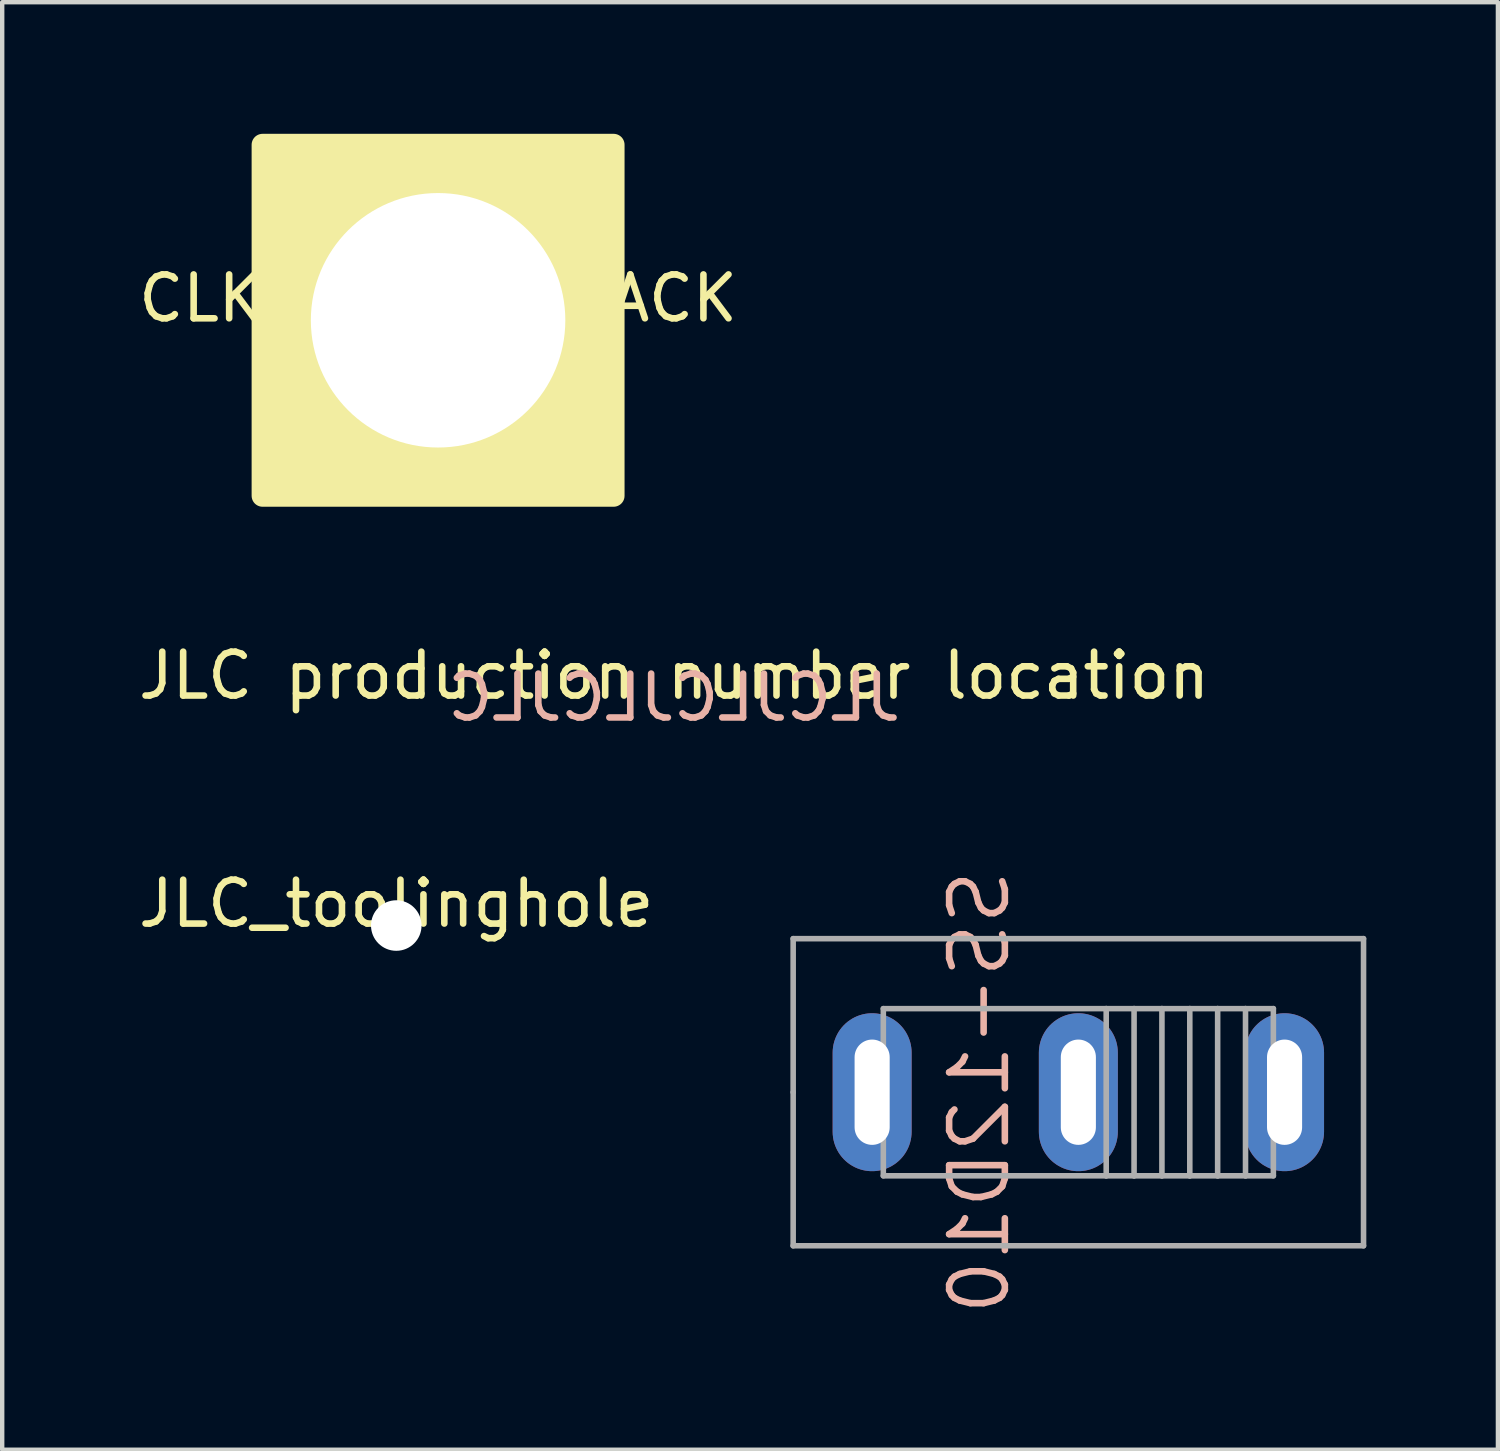
<source format=kicad_pcb>
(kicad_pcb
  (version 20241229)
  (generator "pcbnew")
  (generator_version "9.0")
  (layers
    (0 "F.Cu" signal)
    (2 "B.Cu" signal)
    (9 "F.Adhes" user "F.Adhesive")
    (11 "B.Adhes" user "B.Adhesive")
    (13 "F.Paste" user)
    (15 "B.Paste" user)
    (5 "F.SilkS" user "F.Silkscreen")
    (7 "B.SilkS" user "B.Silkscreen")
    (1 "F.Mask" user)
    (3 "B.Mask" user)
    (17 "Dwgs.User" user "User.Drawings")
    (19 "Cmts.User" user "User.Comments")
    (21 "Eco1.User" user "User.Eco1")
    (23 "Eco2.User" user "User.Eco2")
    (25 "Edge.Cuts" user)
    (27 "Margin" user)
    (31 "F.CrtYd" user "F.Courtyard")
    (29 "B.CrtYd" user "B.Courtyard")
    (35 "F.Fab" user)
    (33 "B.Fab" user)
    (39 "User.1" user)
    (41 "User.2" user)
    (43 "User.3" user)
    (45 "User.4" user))
  (footprint "CLK_BANANA_JACK"
    (layer "F.Cu")
    (at 6.935 4.25)
    (property "Reference" "CLK_BANANA_JACK" (at 0 -0.5 0) (unlocked yes) (layer "F.SilkS") (effects (font (size 1 1) (thickness 0.15))))
    (attr through_hole)
    (fp_rect (start -4 -4) (end 4 4) (stroke (width 0.5) (type solid)) (fill yes) (layer "F.SilkS"))
    (pad "1" thru_hole circle (at 0 0) (size 7.5 7.5) (drill 5.8) (layers "*.Cu" "*.Mask"))
    (zone (net_name "") (layer "F.SilkS") (hatch edge 0.508) (connect_pads) (min_thickness 0.254) (filled_areas_thickness no) (keepout (tracks not_allowed) (vias not_allowed) (pads allowed) (copperpour allowed) (footprints allowed)) (placement (enabled no)) (fill) (polygon (pts (xy 10.689 4.25) (xy 10.67 3.871) (xy 10.613 3.495) (xy 10.518 3.127) (xy 10.386 2.771) (xy 10.219 2.43) (xy 10.018 2.107) (xy 9.785 1.806) (xy 9.524 1.531) (xy 9.236 1.283) (xy 8.924 1.066) (xy 8.592 0.881) (xy 8.243 0.731) (xy 7.881 0.616) (xy 7.509 0.539) (xy 7.131 0.5) (xy 6.751 0.5) (xy 6.373 0.537) (xy 6.001 0.613) (xy 5.638 0.726) (xy 5.289 0.875) (xy 4.956 1.059) (xy 4.644 1.275) (xy 4.355 1.522) (xy 4.092 1.797) (xy 3.859 2.096) (xy 3.657 2.418) (xy 3.489 2.759) (xy 3.355 3.115) (xy 3.259 3.482) (xy 3.2 3.858) (xy 3.18 4.237) (xy 3.198 4.616) (xy 3.254 4.992) (xy 3.348 5.36) (xy 3.478 5.717) (xy 3.644 6.059) (xy 3.844 6.382) (xy 4.075 6.684) (xy 4.336 6.96) (xy 4.623 7.209) (xy 4.934 7.427) (xy 5.265 7.613) (xy 5.613 7.765) (xy 5.975 7.88) (xy 6.347 7.959) (xy 6.725 7.999) (xy 7.105 8.001) (xy 7.483 7.965) (xy 7.856 7.89) (xy 8.219 7.778) (xy 8.569 7.631) (xy 8.902 7.448) (xy 9.215 7.233) (xy 9.505 6.987) (xy 9.768 6.713) (xy 10.003 6.414) (xy 10.206 6.093) (xy 10.375 5.753) (xy 10.51 5.398) (xy 10.607 5.031) (xy 10.667 4.656) (xy 10.689 4.276)))))
  (footprint "JLC_toolinghole"
    (layer "F.Cu")
    (at 5.982 18.045)
    (property "Reference" "JLC_toolinghole" (at 0 -0.5 0) (unlocked yes) (layer "F.SilkS") (effects (font (size 1 1) (thickness 0.15))))
    (pad "" np_thru_hole circle (at 0 0) (size 1.152 1.152) (drill 1.152) (layers "*.Cu" "*.Mask")))
  (footprint "JLC production number location"
    (layer "F.Cu")
    (at 12.315 12.848)
    (property "Reference" "JLC production number location" (at 0 -0.5 0) (unlocked yes) (layer "F.SilkS") (effects (font (size 1 1) (thickness 0.15))))
    (fp_text user "JLCJLCJLCJLC" (at 0 0 0) (unlocked yes) (layer "B.SilkS") (effects (font (size 1 1) (thickness 0.15)) (justify mirror))))
  (footprint "SS-12D10"
    (layer "F.Cu")
    (at 21.528 21.844)
    (property "Reference" "SS-12D10" (at -2.255 0 270) (layer "B.SilkS") (effects (font (size 1.27 1.27) (thickness 0.15)) (justify mirror)))
    (fp_line (start -6.5 -3.5) (end 6.5 -3.5) (stroke (width 0.127) (type solid)) (layer "F.Fab"))
    (fp_line (start -6.5 0) (end -6.5 -3.5) (stroke (width 0.127) (type solid)) (layer "F.Fab"))
    (fp_line (start -6.5 3.5) (end -6.5 0) (stroke (width 0.127) (type solid)) (layer "F.Fab"))
    (fp_line (start -4.445 -1.905) (end -4.445 1.905) (stroke (width 0.127) (type solid)) (layer "F.Fab"))
    (fp_line (start -4.445 1.905) (end 0.635 1.905) (stroke (width 0.127) (type solid)) (layer "F.Fab"))
    (fp_line (start 0.635 -1.905) (end -4.445 -1.905) (stroke (width 0.127) (type solid)) (layer "F.Fab"))
    (fp_line (start 0.635 -1.905) (end 0.635 1.905) (stroke (width 0.127) (type solid)) (layer "F.Fab"))
    (fp_line (start 0.635 1.905) (end 1.27 1.905) (stroke (width 0.127) (type solid)) (layer "F.Fab"))
    (fp_line (start 1.27 -1.905) (end 0.635 -1.905) (stroke (width 0.127) (type solid)) (layer "F.Fab"))
    (fp_line (start 1.27 -1.905) (end 1.27 1.905) (stroke (width 0.127) (type solid)) (layer "F.Fab"))
    (fp_line (start 1.27 1.905) (end 1.905 1.905) (stroke (width 0.127) (type solid)) (layer "F.Fab"))
    (fp_line (start 1.905 -1.905) (end 1.27 -1.905) (stroke (width 0.127) (type solid)) (layer "F.Fab"))
    (fp_line (start 1.905 -1.905) (end 1.905 1.905) (stroke (width 0.127) (type solid)) (layer "F.Fab"))
    (fp_line (start 1.905 1.905) (end 2.54 1.905) (stroke (width 0.127) (type solid)) (layer "F.Fab"))
    (fp_line (start 2.54 -1.905) (end 1.905 -1.905) (stroke (width 0.127) (type solid)) (layer "F.Fab"))
    (fp_line (start 2.54 -1.905) (end 2.54 1.905) (stroke (width 0.127) (type solid)) (layer "F.Fab"))
    (fp_line (start 2.54 1.905) (end 3.175 1.905) (stroke (width 0.127) (type solid)) (layer "F.Fab"))
    (fp_line (start 3.175 -1.905) (end 2.54 -1.905) (stroke (width 0.127) (type solid)) (layer "F.Fab"))
    (fp_line (start 3.175 -1.905) (end 3.175 1.905) (stroke (width 0.127) (type solid)) (layer "F.Fab"))
    (fp_line (start 3.175 1.905) (end 3.81 1.905) (stroke (width 0.127) (type solid)) (layer "F.Fab"))
    (fp_line (start 3.81 -1.905) (end 3.175 -1.905) (stroke (width 0.127) (type solid)) (layer "F.Fab"))
    (fp_line (start 3.81 -1.905) (end 3.81 1.905) (stroke (width 0.127) (type solid)) (layer "F.Fab"))
    (fp_line (start 3.81 1.905) (end 4.445 1.905) (stroke (width 0.127) (type solid)) (layer "F.Fab"))
    (fp_line (start 4.445 -1.905) (end 3.81 -1.905) (stroke (width 0.127) (type solid)) (layer "F.Fab"))
    (fp_line (start 4.445 1.905) (end 4.445 -1.905) (stroke (width 0.127) (type solid)) (layer "F.Fab"))
    (fp_line (start 6.5 -3.5) (end 6.5 3.5) (stroke (width 0.127) (type solid)) (layer "F.Fab"))
    (fp_line (start 6.5 3.5) (end -6.5 3.5) (stroke (width 0.127) (type solid)) (layer "F.Fab"))
    (pad "1" thru_hole oval (at -4.7 0 90) (size 3.6 1.8) (drill oval 2.4 0.8) (layers "*.Cu" "*.Mask"))
    (pad "2" thru_hole oval (at 0 0 90) (size 3.6 1.8) (drill oval 2.4 0.8) (layers "*.Cu" "*.Mask"))
    (pad "3" thru_hole oval (at 4.7 0 90) (size 3.6 1.8) (drill oval 2.4 0.8) (layers "*.Cu" "*.Mask")))
  (gr_rect
    (start -3 -3)
    (end 31.091 29.992)
    (stroke (width 0.1) (type default))
    (fill no)
    (layer "Edge.Cuts")))
</source>
